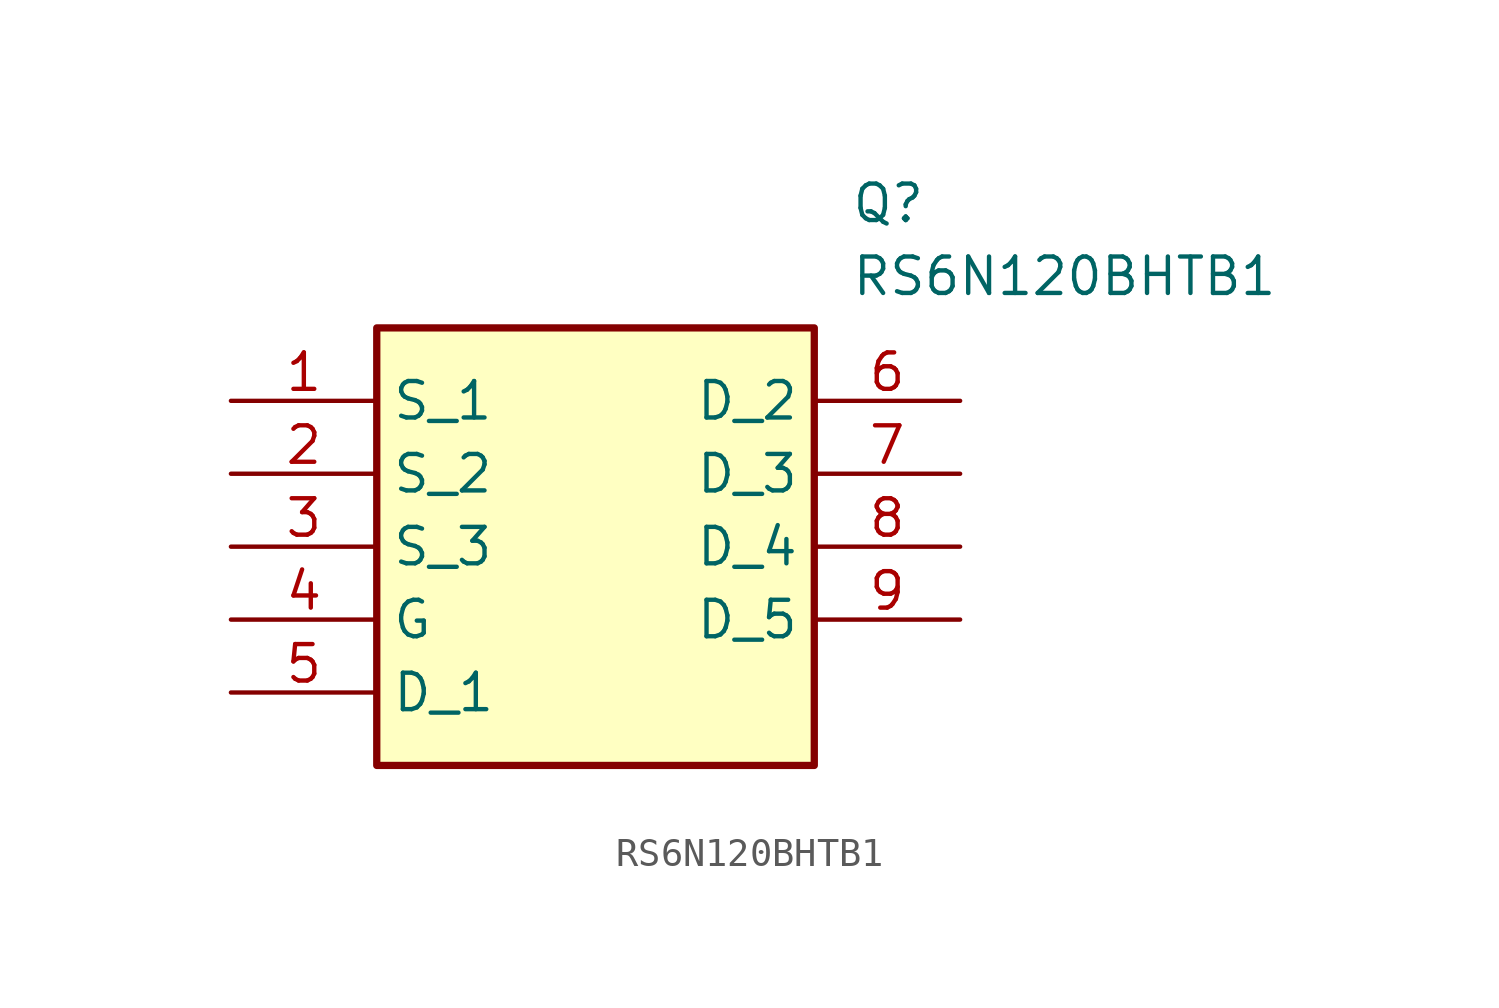
<source format=kicad_sym>
(kicad_symbol_lib
  (version 20211014)
  (generator SamacSys_ECAD_Model)
  (symbol "RS6N120BHTB1"
    (property "Reference" "Q"
      (at 21.59 7.62 0)
      (effects (font (size 1.27 1.27)) (justify left top)))
    (property "Value" "RS6N120BHTB1"
      (at 21.59 5.08 0)
      (effects (font (size 1.27 1.27)) (justify left top)))
    (rectangle
      (start 5.08 2.54)
      (end 20.32 -12.7)
      (stroke (width 0.254) (type default))
      (fill (type background)))
    (pin passive line
      (at 0 0 0)
      (length 5.08)
      (name "S_1" (effects (font (size 1.27 1.27))))
      (number "1" (effects (font (size 1.27 1.27)))))
    (pin passive line
      (at 0 -2.54 0)
      (length 5.08)
      (name "S_2" (effects (font (size 1.27 1.27))))
      (number "2" (effects (font (size 1.27 1.27)))))
    (pin passive line
      (at 0 -5.08 0)
      (length 5.08)
      (name "S_3" (effects (font (size 1.27 1.27))))
      (number "3" (effects (font (size 1.27 1.27)))))
    (pin passive line
      (at 0 -7.62 0)
      (length 5.08)
      (name "G" (effects (font (size 1.27 1.27))))
      (number "4" (effects (font (size 1.27 1.27)))))
    (pin passive line
      (at 0 -10.16 0)
      (length 5.08)
      (name "D_1" (effects (font (size 1.27 1.27))))
      (number "5" (effects (font (size 1.27 1.27)))))
    (pin passive line
      (at 25.4 0 180)
      (length 5.08)
      (name "D_2" (effects (font (size 1.27 1.27))))
      (number "6" (effects (font (size 1.27 1.27)))))
    (pin passive line
      (at 25.4 -2.54 180)
      (length 5.08)
      (name "D_3" (effects (font (size 1.27 1.27))))
      (number "7" (effects (font (size 1.27 1.27)))))
    (pin passive line
      (at 25.4 -5.08 180)
      (length 5.08)
      (name "D_4" (effects (font (size 1.27 1.27))))
      (number "8" (effects (font (size 1.27 1.27)))))
    (pin passive line
      (at 25.4 -7.62 180)
      (length 5.08)
      (name "D_5" (effects (font (size 1.27 1.27))))
      (number "9" (effects (font (size 1.27 1.27)))))))
</source>
